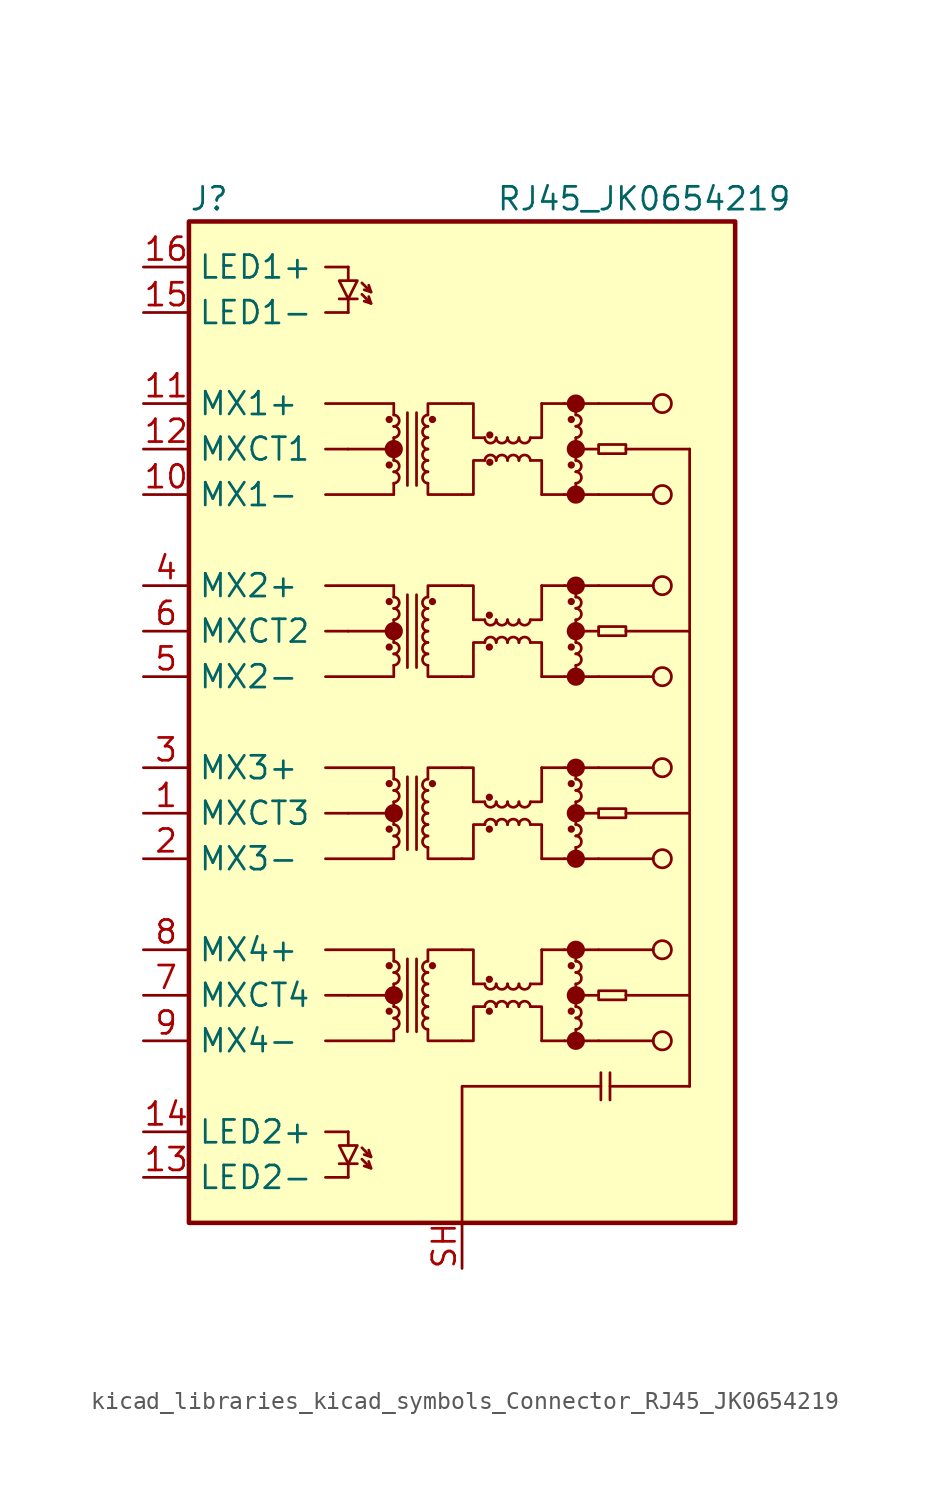
<source format=kicad_sym>
(kicad_symbol_lib
  (version 20220914)
  (generator kicad_symbol_editor)
  (symbol "kicad_libraries_kicad_symbols_Connector_RJ45_JK0654219"
    (property "Reference" "J"
      (at -15.24 29.21 0)
      (effects (font (size 1.27 1.27)) (justify left)))
    (property "Value" "RJ45_JK0654219"
      (at 10.16 29.21 0)
      (effects (font (size 1.27 1.27))))
    (symbol "kicad_libraries_kicad_symbols_Connector_RJ45_JK0654219_0_0"
      (circle (center -3.81 -15.24) (radius 0.0001) (stroke (width 0.508) (type default)) (fill (type none)))
      (circle (center -3.81 -5.08) (radius 0.0001) (stroke (width 0.508) (type default)) (fill (type none)))
      (circle (center -3.81 5.08) (radius 0.0001) (stroke (width 0.508) (type default)) (fill (type none)))
      (circle (center -3.81 15.24) (radius 0.0001) (stroke (width 0.508) (type default)) (fill (type none)))
      (circle (center 6.35 -17.78) (radius 0.0001) (stroke (width 0.508) (type default)) (fill (type none)))
      (circle (center 6.35 -15.24) (radius 0.0001) (stroke (width 0.508) (type default)) (fill (type none)))
      (circle (center 6.35 -12.7) (radius 0.0001) (stroke (width 0.508) (type default)) (fill (type none)))
      (circle (center 6.35 -7.62) (radius 0.0001) (stroke (width 0.508) (type default)) (fill (type none)))
      (circle (center 6.35 -5.08) (radius 0.0001) (stroke (width 0.508) (type default)) (fill (type none)))
      (circle (center 6.35 -2.54) (radius 0.0001) (stroke (width 0.508) (type default)) (fill (type none)))
      (circle (center 6.35 2.54) (radius 0.0001) (stroke (width 0.508) (type default)) (fill (type none)))
      (circle (center 6.35 5.08) (radius 0.0001) (stroke (width 0.508) (type default)) (fill (type none)))
      (circle (center 6.35 7.62) (radius 0.0001) (stroke (width 0.508) (type default)) (fill (type none)))
      (circle (center 6.35 12.7) (radius 0.0001) (stroke (width 0.508) (type default)) (fill (type none)))
      (circle (center 6.35 15.24) (radius 0.0001) (stroke (width 0.508) (type default)) (fill (type none)))
      (circle (center 6.35 17.78) (radius 0.0001) (stroke (width 0.508) (type default)) (fill (type none))))
    (symbol "kicad_libraries_kicad_symbols_Connector_RJ45_JK0654219_0_1"
      (rectangle (start -15.24 27.94) (end 15.24 -27.94) (stroke (width 0.254) (type default)) (fill (type background)))
      (circle (center -4.064 -16.129) (radius 0.127) (stroke (width 0) (type default)) (fill (type outline)))
      (circle (center -4.064 -13.589) (radius 0.127) (stroke (width 0) (type default)) (fill (type outline)))
      (circle (center -4.064 -5.969) (radius 0.127) (stroke (width 0) (type default)) (fill (type outline)))
      (circle (center -4.064 -3.429) (radius 0.127) (stroke (width 0) (type default)) (fill (type outline)))
      (circle (center -4.064 4.191) (radius 0.127) (stroke (width 0) (type default)) (fill (type outline)))
      (circle (center -4.064 6.731) (radius 0.127) (stroke (width 0) (type default)) (fill (type outline)))
      (circle (center -4.064 14.351) (radius 0.127) (stroke (width 0) (type default)) (fill (type outline)))
      (circle (center -4.064 16.891) (radius 0.127) (stroke (width 0) (type default)) (fill (type outline)))
      (arc (start -3.81 -17.145) (mid -3.5052 -16.8402) (end -3.81 -16.51) (stroke (width 0) (type default)) (fill (type none)))
      (arc (start -3.81 -16.51) (mid -3.5052 -16.2052) (end -3.81 -15.875) (stroke (width 0) (type default)) (fill (type none)))
      (arc (start -3.81 -14.605) (mid -3.5052 -14.3002) (end -3.81 -13.97) (stroke (width 0) (type default)) (fill (type none)))
      (arc (start -3.81 -13.97) (mid -3.5052 -13.6652) (end -3.81 -13.335) (stroke (width 0) (type default)) (fill (type none)))
      (arc (start -3.81 -6.985) (mid -3.5052 -6.6802) (end -3.81 -6.35) (stroke (width 0) (type default)) (fill (type none)))
      (arc (start -3.81 -6.35) (mid -3.5052 -6.0452) (end -3.81 -5.715) (stroke (width 0) (type default)) (fill (type none)))
      (arc (start -3.81 -4.445) (mid -3.5052 -4.1402) (end -3.81 -3.81) (stroke (width 0) (type default)) (fill (type none)))
      (arc (start -3.81 -3.81) (mid -3.5052 -3.5052) (end -3.81 -3.175) (stroke (width 0) (type default)) (fill (type none)))
      (arc (start -3.81 3.175) (mid -3.5052 3.4798) (end -3.81 3.81) (stroke (width 0) (type default)) (fill (type none)))
      (arc (start -3.81 3.81) (mid -3.5052 4.1148) (end -3.81 4.445) (stroke (width 0) (type default)) (fill (type none)))
      (arc (start -3.81 5.715) (mid -3.5052 6.0198) (end -3.81 6.35) (stroke (width 0) (type default)) (fill (type none)))
      (arc (start -3.81 6.35) (mid -3.5052 6.6548) (end -3.81 6.985) (stroke (width 0) (type default)) (fill (type none)))
      (arc (start -3.81 13.335) (mid -3.5052 13.6398) (end -3.81 13.97) (stroke (width 0) (type default)) (fill (type none)))
      (arc (start -3.81 13.97) (mid -3.5052 14.2748) (end -3.81 14.605) (stroke (width 0) (type default)) (fill (type none)))
      (arc (start -3.81 15.875) (mid -3.5052 16.1798) (end -3.81 16.51) (stroke (width 0) (type default)) (fill (type none)))
      (arc (start -3.81 16.51) (mid -3.5052 16.8148) (end -3.81 17.145) (stroke (width 0) (type default)) (fill (type none)))
      (arc (start -1.905 -16.51) (mid -2.2098 -16.8148) (end -1.905 -17.145) (stroke (width 0) (type default)) (fill (type none)))
      (arc (start -1.905 -15.875) (mid -2.2098 -16.1798) (end -1.905 -16.51) (stroke (width 0) (type default)) (fill (type none)))
      (arc (start -1.905 -15.24) (mid -2.2098 -15.5448) (end -1.905 -15.875) (stroke (width 0) (type default)) (fill (type none)))
      (arc (start -1.905 -14.605) (mid -2.2098 -14.9098) (end -1.905 -15.24) (stroke (width 0) (type default)) (fill (type none)))
      (arc (start -1.905 -13.97) (mid -2.2098 -14.2748) (end -1.905 -14.605) (stroke (width 0) (type default)) (fill (type none)))
      (arc (start -1.905 -13.335) (mid -2.2098 -13.6398) (end -1.905 -13.97) (stroke (width 0) (type default)) (fill (type none)))
      (arc (start -1.905 -6.35) (mid -2.2098 -6.6548) (end -1.905 -6.985) (stroke (width 0) (type default)) (fill (type none)))
      (arc (start -1.905 -5.715) (mid -2.2098 -6.0198) (end -1.905 -6.35) (stroke (width 0) (type default)) (fill (type none)))
      (arc (start -1.905 -5.08) (mid -2.2098 -5.3848) (end -1.905 -5.715) (stroke (width 0) (type default)) (fill (type none)))
      (arc (start -1.905 -4.445) (mid -2.2098 -4.7498) (end -1.905 -5.08) (stroke (width 0) (type default)) (fill (type none)))
      (arc (start -1.905 -3.81) (mid -2.2098 -4.1148) (end -1.905 -4.445) (stroke (width 0) (type default)) (fill (type none)))
      (arc (start -1.905 -3.175) (mid -2.2098 -3.4798) (end -1.905 -3.81) (stroke (width 0) (type default)) (fill (type none)))
      (arc (start -1.905 3.81) (mid -2.2098 3.5052) (end -1.905 3.175) (stroke (width 0) (type default)) (fill (type none)))
      (arc (start -1.905 4.445) (mid -2.2098 4.1402) (end -1.905 3.81) (stroke (width 0) (type default)) (fill (type none)))
      (arc (start -1.905 5.08) (mid -2.2098 4.7752) (end -1.905 4.445) (stroke (width 0) (type default)) (fill (type none)))
      (arc (start -1.905 5.715) (mid -2.2098 5.4102) (end -1.905 5.08) (stroke (width 0) (type default)) (fill (type none)))
      (arc (start -1.905 6.35) (mid -2.2098 6.0452) (end -1.905 5.715) (stroke (width 0) (type default)) (fill (type none)))
      (arc (start -1.905 6.985) (mid -2.2098 6.6802) (end -1.905 6.35) (stroke (width 0) (type default)) (fill (type none)))
      (arc (start -1.905 13.97) (mid -2.2098 13.6652) (end -1.905 13.335) (stroke (width 0) (type default)) (fill (type none)))
      (arc (start -1.905 14.605) (mid -2.2098 14.3002) (end -1.905 13.97) (stroke (width 0) (type default)) (fill (type none)))
      (arc (start -1.905 15.24) (mid -2.2098 14.9352) (end -1.905 14.605) (stroke (width 0) (type default)) (fill (type none)))
      (arc (start -1.905 15.875) (mid -2.2098 15.5702) (end -1.905 15.24) (stroke (width 0) (type default)) (fill (type none)))
      (arc (start -1.905 16.51) (mid -2.2098 16.2052) (end -1.905 15.875) (stroke (width 0) (type default)) (fill (type none)))
      (arc (start -1.905 17.145) (mid -2.2098 16.8402) (end -1.905 16.51) (stroke (width 0) (type default)) (fill (type none)))
      (circle (center -1.651 -13.589) (radius 0.127) (stroke (width 0) (type default)) (fill (type outline)))
      (circle (center -1.651 -3.429) (radius 0.127) (stroke (width 0) (type default)) (fill (type outline)))
      (circle (center -1.651 6.731) (radius 0.127) (stroke (width 0) (type default)) (fill (type outline)))
      (circle (center -1.651 16.891) (radius 0.127) (stroke (width 0) (type default)) (fill (type outline)))
      (polyline (pts (xy -7.62 -17.78) (xy -3.81 -17.78)) (stroke (width 0) (type default)) (fill (type none)))
      (polyline (pts (xy -7.62 -15.24) (xy -6.35 -15.24)) (stroke (width 0) (type default)) (fill (type none)))
      (polyline (pts (xy -7.62 -12.7) (xy -3.81 -12.7)) (stroke (width 0) (type default)) (fill (type none)))
      (polyline (pts (xy -7.62 -7.62) (xy -3.81 -7.62)) (stroke (width 0) (type default)) (fill (type none)))
      (polyline (pts (xy -7.62 -5.08) (xy -6.35 -5.08)) (stroke (width 0) (type default)) (fill (type none)))
      (polyline (pts (xy -7.62 -2.54) (xy -3.81 -2.54)) (stroke (width 0) (type default)) (fill (type none)))
      (polyline (pts (xy -7.62 2.54) (xy -3.81 2.54)) (stroke (width 0) (type default)) (fill (type none)))
      (polyline (pts (xy -7.62 5.08) (xy -6.35 5.08)) (stroke (width 0) (type default)) (fill (type none)))
      (polyline (pts (xy -7.62 7.62) (xy -3.81 7.62)) (stroke (width 0) (type default)) (fill (type none)))
      (polyline (pts (xy -7.62 12.7) (xy -3.81 12.7)) (stroke (width 0) (type default)) (fill (type none)))
      (polyline (pts (xy -7.62 15.24) (xy -6.35 15.24)) (stroke (width 0) (type default)) (fill (type none)))
      (polyline (pts (xy -7.62 17.78) (xy -3.81 17.78)) (stroke (width 0) (type default)) (fill (type none)))
      (polyline (pts (xy -6.35 -15.24) (xy -3.81 -15.24)) (stroke (width 0) (type default)) (fill (type none)))
      (polyline (pts (xy -6.35 -5.08) (xy -3.81 -5.08)) (stroke (width 0) (type default)) (fill (type none)))
      (polyline (pts (xy -6.35 5.08) (xy -3.81 5.08)) (stroke (width 0) (type default)) (fill (type none)))
      (polyline (pts (xy -6.35 15.24) (xy -3.81 15.24)) (stroke (width 0) (type default)) (fill (type none)))
      (polyline (pts (xy -3.81 -17.78) (xy -3.81 -17.145)) (stroke (width 0) (type default)) (fill (type none)))
      (polyline (pts (xy -3.81 -15.24) (xy -3.81 -15.875)) (stroke (width 0) (type default)) (fill (type none)))
      (polyline (pts (xy -3.81 -15.24) (xy -3.81 -14.605)) (stroke (width 0) (type default)) (fill (type none)))
      (polyline (pts (xy -3.81 -12.7) (xy -3.81 -13.335)) (stroke (width 0) (type default)) (fill (type none)))
      (polyline (pts (xy -3.81 -7.62) (xy -3.81 -6.985)) (stroke (width 0) (type default)) (fill (type none)))
      (polyline (pts (xy -3.81 -5.08) (xy -3.81 -5.715)) (stroke (width 0) (type default)) (fill (type none)))
      (polyline (pts (xy -3.81 -5.08) (xy -3.81 -4.445)) (stroke (width 0) (type default)) (fill (type none)))
      (polyline (pts (xy -3.81 -2.54) (xy -3.81 -3.175)) (stroke (width 0) (type default)) (fill (type none)))
      (polyline (pts (xy -3.81 2.54) (xy -3.81 3.175)) (stroke (width 0) (type default)) (fill (type none)))
      (polyline (pts (xy -3.81 5.08) (xy -3.81 4.445)) (stroke (width 0) (type default)) (fill (type none)))
      (polyline (pts (xy -3.81 5.08) (xy -3.81 5.715)) (stroke (width 0) (type default)) (fill (type none)))
      (polyline (pts (xy -3.81 7.62) (xy -3.81 6.985)) (stroke (width 0) (type default)) (fill (type none)))
      (polyline (pts (xy -3.81 12.7) (xy -3.81 13.335)) (stroke (width 0) (type default)) (fill (type none)))
      (polyline (pts (xy -3.81 15.24) (xy -3.81 14.605)) (stroke (width 0) (type default)) (fill (type none)))
      (polyline (pts (xy -3.81 15.24) (xy -3.81 15.875)) (stroke (width 0) (type default)) (fill (type none)))
      (polyline (pts (xy -3.81 17.78) (xy -3.81 17.145)) (stroke (width 0) (type default)) (fill (type none)))
      (polyline (pts (xy -3.048 -17.272) (xy -3.048 -13.208)) (stroke (width 0) (type default)) (fill (type none)))
      (polyline (pts (xy -3.048 -7.112) (xy -3.048 -3.048)) (stroke (width 0) (type default)) (fill (type none)))
      (polyline (pts (xy -3.048 3.048) (xy -3.048 7.112)) (stroke (width 0) (type default)) (fill (type none)))
      (polyline (pts (xy -3.048 13.208) (xy -3.048 17.272)) (stroke (width 0) (type default)) (fill (type none)))
      (polyline (pts (xy -2.54 -17.272) (xy -2.54 -13.208)) (stroke (width 0) (type default)) (fill (type none)))
      (polyline (pts (xy -2.54 -7.112) (xy -2.54 -3.048)) (stroke (width 0) (type default)) (fill (type none)))
      (polyline (pts (xy -2.54 3.048) (xy -2.54 7.112)) (stroke (width 0) (type default)) (fill (type none)))
      (polyline (pts (xy -2.54 13.208) (xy -2.54 17.272)) (stroke (width 0) (type default)) (fill (type none)))
      (polyline (pts (xy 0.635 -14.605) (xy 1.27 -14.605)) (stroke (width 0) (type default)) (fill (type none)))
      (polyline (pts (xy 0.635 -4.445) (xy 1.27 -4.445)) (stroke (width 0) (type default)) (fill (type none)))
      (polyline (pts (xy 0.635 5.715) (xy 1.27 5.715)) (stroke (width 0) (type default)) (fill (type none)))
      (polyline (pts (xy 0.635 15.875) (xy 1.27 15.875)) (stroke (width 0) (type default)) (fill (type none)))
      (polyline (pts (xy 4.445 -17.78) (xy 5.715 -17.78)) (stroke (width 0) (type default)) (fill (type none)))
      (polyline (pts (xy 4.445 -12.7) (xy 5.715 -12.7)) (stroke (width 0) (type default)) (fill (type none)))
      (polyline (pts (xy 4.445 -7.62) (xy 5.715 -7.62)) (stroke (width 0) (type default)) (fill (type none)))
      (polyline (pts (xy 4.445 -2.54) (xy 5.715 -2.54)) (stroke (width 0) (type default)) (fill (type none)))
      (polyline (pts (xy 4.445 2.54) (xy 5.715 2.54)) (stroke (width 0) (type default)) (fill (type none)))
      (polyline (pts (xy 4.445 7.62) (xy 5.715 7.62)) (stroke (width 0) (type default)) (fill (type none)))
      (polyline (pts (xy 4.445 12.7) (xy 5.715 12.7)) (stroke (width 0) (type default)) (fill (type none)))
      (polyline (pts (xy 4.445 17.78) (xy 5.715 17.78)) (stroke (width 0) (type default)) (fill (type none)))
      (polyline (pts (xy 6.35 -15.24) (xy 6.35 -15.875)) (stroke (width 0) (type default)) (fill (type none)))
      (polyline (pts (xy 6.35 -15.24) (xy 6.35 -14.605)) (stroke (width 0) (type default)) (fill (type none)))
      (polyline (pts (xy 6.35 -5.08) (xy 6.35 -5.715)) (stroke (width 0) (type default)) (fill (type none)))
      (polyline (pts (xy 6.35 -5.08) (xy 6.35 -4.445)) (stroke (width 0) (type default)) (fill (type none)))
      (polyline (pts (xy 6.35 5.08) (xy 6.35 4.445)) (stroke (width 0) (type default)) (fill (type none)))
      (polyline (pts (xy 6.35 5.08) (xy 6.35 5.715)) (stroke (width 0) (type default)) (fill (type none)))
      (polyline (pts (xy 6.35 15.24) (xy 6.35 14.605)) (stroke (width 0) (type default)) (fill (type none)))
      (polyline (pts (xy 6.35 15.24) (xy 6.35 15.875)) (stroke (width 0) (type default)) (fill (type none)))
      (polyline (pts (xy 7.62 -17.78) (xy 6.35 -17.78)) (stroke (width 0) (type default)) (fill (type none)))
      (polyline (pts (xy 7.62 -17.78) (xy 10.668 -17.78)) (stroke (width 0) (type default)) (fill (type none)))
      (polyline (pts (xy 7.62 -15.24) (xy 6.35 -15.24)) (stroke (width 0) (type default)) (fill (type none)))
      (polyline (pts (xy 7.62 -12.7) (xy 6.35 -12.7)) (stroke (width 0) (type default)) (fill (type none)))
      (polyline (pts (xy 7.62 -12.7) (xy 10.668 -12.7)) (stroke (width 0) (type default)) (fill (type none)))
      (polyline (pts (xy 7.62 -7.62) (xy 6.35 -7.62)) (stroke (width 0) (type default)) (fill (type none)))
      (polyline (pts (xy 7.62 -7.62) (xy 10.668 -7.62)) (stroke (width 0) (type default)) (fill (type none)))
      (polyline (pts (xy 7.62 -5.08) (xy 6.35 -5.08)) (stroke (width 0) (type default)) (fill (type none)))
      (polyline (pts (xy 7.62 -2.54) (xy 6.35 -2.54)) (stroke (width 0) (type default)) (fill (type none)))
      (polyline (pts (xy 7.62 -2.54) (xy 10.668 -2.54)) (stroke (width 0) (type default)) (fill (type none)))
      (polyline (pts (xy 7.62 2.54) (xy 6.35 2.54)) (stroke (width 0) (type default)) (fill (type none)))
      (polyline (pts (xy 7.62 2.54) (xy 10.668 2.54)) (stroke (width 0) (type default)) (fill (type none)))
      (polyline (pts (xy 7.62 5.08) (xy 6.35 5.08)) (stroke (width 0) (type default)) (fill (type none)))
      (polyline (pts (xy 7.62 7.62) (xy 6.35 7.62)) (stroke (width 0) (type default)) (fill (type none)))
      (polyline (pts (xy 7.62 7.62) (xy 10.668 7.62)) (stroke (width 0) (type default)) (fill (type none)))
      (polyline (pts (xy 7.62 12.7) (xy 6.35 12.7)) (stroke (width 0) (type default)) (fill (type none)))
      (polyline (pts (xy 7.62 12.7) (xy 10.668 12.7)) (stroke (width 0) (type default)) (fill (type none)))
      (polyline (pts (xy 7.62 15.24) (xy 6.35 15.24)) (stroke (width 0) (type default)) (fill (type none)))
      (polyline (pts (xy 7.62 17.78) (xy 6.35 17.78)) (stroke (width 0) (type default)) (fill (type none)))
      (polyline (pts (xy 7.62 17.78) (xy 10.668 17.78)) (stroke (width 0) (type default)) (fill (type none)))
      (polyline (pts (xy 7.747 -19.558) (xy 7.747 -21.082)) (stroke (width 0.152) (type default)) (fill (type none)))
      (polyline (pts (xy 8.255 -20.32) (xy 12.7 -20.32)) (stroke (width 0) (type default)) (fill (type none)))
      (polyline (pts (xy 8.255 -19.558) (xy 8.255 -21.082)) (stroke (width 0.152) (type default)) (fill (type none)))
      (polyline (pts (xy 9.144 -15.24) (xy 12.7 -15.24)) (stroke (width 0) (type default)) (fill (type none)))
      (polyline (pts (xy 9.144 -5.08) (xy 12.7 -5.08)) (stroke (width 0) (type default)) (fill (type none)))
      (polyline (pts (xy 9.144 5.08) (xy 12.7 5.08)) (stroke (width 0) (type default)) (fill (type none)))
      (polyline (pts (xy 12.7 -20.32) (xy 12.7 15.24)) (stroke (width 0) (type default)) (fill (type none)))
      (polyline (pts (xy 12.7 15.24) (xy 9.144 15.24)) (stroke (width 0) (type default)) (fill (type none)))
      (polyline (pts (xy -1.905 -17.145) (xy -1.905 -17.78) (xy 0 -17.78)) (stroke (width 0) (type default)) (fill (type none)))
      (polyline (pts (xy -1.905 -13.335) (xy -1.905 -12.7) (xy 0 -12.7)) (stroke (width 0) (type default)) (fill (type none)))
      (polyline (pts (xy -1.905 -6.985) (xy -1.905 -7.62) (xy 0 -7.62)) (stroke (width 0) (type default)) (fill (type none)))
      (polyline (pts (xy -1.905 -3.175) (xy -1.905 -2.54) (xy 0 -2.54)) (stroke (width 0) (type default)) (fill (type none)))
      (polyline (pts (xy -1.905 3.175) (xy -1.905 2.54) (xy 0 2.54)) (stroke (width 0) (type default)) (fill (type none)))
      (polyline (pts (xy -1.905 6.985) (xy -1.905 7.62) (xy 0 7.62)) (stroke (width 0) (type default)) (fill (type none)))
      (polyline (pts (xy -1.905 13.335) (xy -1.905 12.7) (xy 0 12.7)) (stroke (width 0) (type default)) (fill (type none)))
      (polyline (pts (xy -1.905 17.145) (xy -1.905 17.78) (xy 0 17.78)) (stroke (width 0) (type default)) (fill (type none)))
      (polyline (pts (xy 0 -12.7) (xy 0.635 -12.7) (xy 0.635 -14.605)) (stroke (width 0) (type default)) (fill (type none)))
      (polyline (pts (xy 0 -2.54) (xy 0.635 -2.54) (xy 0.635 -4.445)) (stroke (width 0) (type default)) (fill (type none)))
      (polyline (pts (xy 0 7.62) (xy 0.635 7.62) (xy 0.635 5.715)) (stroke (width 0) (type default)) (fill (type none)))
      (polyline (pts (xy 0 17.78) (xy 0.635 17.78) (xy 0.635 15.875)) (stroke (width 0) (type default)) (fill (type none)))
      (polyline (pts (xy 3.81 -15.875) (xy 4.445 -15.875) (xy 4.445 -17.78)) (stroke (width 0) (type default)) (fill (type none)))
      (polyline (pts (xy 3.81 -14.605) (xy 4.445 -14.605) (xy 4.445 -12.7)) (stroke (width 0) (type default)) (fill (type none)))
      (polyline (pts (xy 3.81 -5.715) (xy 4.445 -5.715) (xy 4.445 -7.62)) (stroke (width 0) (type default)) (fill (type none)))
      (polyline (pts (xy 3.81 -4.445) (xy 4.445 -4.445) (xy 4.445 -2.54)) (stroke (width 0) (type default)) (fill (type none)))
      (polyline (pts (xy 3.81 4.445) (xy 4.445 4.445) (xy 4.445 2.54)) (stroke (width 0) (type default)) (fill (type none)))
      (polyline (pts (xy 3.81 5.715) (xy 4.445 5.715) (xy 4.445 7.62)) (stroke (width 0) (type default)) (fill (type none)))
      (polyline (pts (xy 3.81 14.605) (xy 4.445 14.605) (xy 4.445 12.7)) (stroke (width 0) (type default)) (fill (type none)))
      (polyline (pts (xy 3.81 15.875) (xy 4.445 15.875) (xy 4.445 17.78)) (stroke (width 0) (type default)) (fill (type none)))
      (polyline (pts (xy 5.715 -17.78) (xy 6.35 -17.78) (xy 6.35 -17.145)) (stroke (width 0) (type default)) (fill (type none)))
      (polyline (pts (xy 5.715 -12.7) (xy 6.35 -12.7) (xy 6.35 -13.335)) (stroke (width 0) (type default)) (fill (type none)))
      (polyline (pts (xy 5.715 -7.62) (xy 6.35 -7.62) (xy 6.35 -6.985)) (stroke (width 0) (type default)) (fill (type none)))
      (polyline (pts (xy 5.715 -2.54) (xy 6.35 -2.54) (xy 6.35 -3.175)) (stroke (width 0) (type default)) (fill (type none)))
      (polyline (pts (xy 5.715 2.54) (xy 6.35 2.54) (xy 6.35 3.175)) (stroke (width 0) (type default)) (fill (type none)))
      (polyline (pts (xy 5.715 7.62) (xy 6.35 7.62) (xy 6.35 6.985)) (stroke (width 0) (type default)) (fill (type none)))
      (polyline (pts (xy 5.715 12.7) (xy 6.35 12.7) (xy 6.35 13.335)) (stroke (width 0) (type default)) (fill (type none)))
      (polyline (pts (xy 5.715 17.78) (xy 6.35 17.78) (xy 6.35 17.145)) (stroke (width 0) (type default)) (fill (type none)))
      (polyline (pts (xy 7.747 -20.32) (xy 0 -20.32) (xy 0 -27.94)) (stroke (width 0) (type default)) (fill (type none)))
      (polyline (pts (xy 0 -17.78) (xy 0.635 -17.78) (xy 0.635 -15.875) (xy 1.27 -15.875)) (stroke (width 0) (type default)) (fill (type none)))
      (polyline (pts (xy 0 -7.62) (xy 0.635 -7.62) (xy 0.635 -5.715) (xy 1.27 -5.715)) (stroke (width 0) (type default)) (fill (type none)))
      (polyline (pts (xy 0 2.54) (xy 0.635 2.54) (xy 0.635 4.445) (xy 1.27 4.445)) (stroke (width 0) (type default)) (fill (type none)))
      (polyline (pts (xy 0 12.7) (xy 0.635 12.7) (xy 0.635 14.605) (xy 1.27 14.605)) (stroke (width 0) (type default)) (fill (type none)))
      (arc (start 1.27 -14.605) (mid 1.5748 -14.9098) (end 1.905 -14.605) (stroke (width 0) (type default)) (fill (type none)))
      (arc (start 1.27 -4.445) (mid 1.5748 -4.7498) (end 1.905 -4.445) (stroke (width 0) (type default)) (fill (type none)))
      (arc (start 1.27 5.715) (mid 1.5748 5.4102) (end 1.905 5.715) (stroke (width 0) (type default)) (fill (type none)))
      (arc (start 1.27 15.875) (mid 1.5748 15.5702) (end 1.905 15.875) (stroke (width 0) (type default)) (fill (type none)))
      (circle (center 1.524 -16.129) (radius 0.127) (stroke (width 0) (type default)) (fill (type outline)))
      (circle (center 1.524 -14.351) (radius 0.127) (stroke (width 0) (type default)) (fill (type outline)))
      (circle (center 1.524 -5.969) (radius 0.127) (stroke (width 0) (type default)) (fill (type outline)))
      (circle (center 1.524 -4.191) (radius 0.127) (stroke (width 0) (type default)) (fill (type outline)))
      (circle (center 1.524 4.191) (radius 0.127) (stroke (width 0) (type default)) (fill (type outline)))
      (circle (center 1.524 5.969) (radius 0.127) (stroke (width 0) (type default)) (fill (type outline)))
      (circle (center 1.549 14.503) (radius 0.127) (stroke (width 0) (type default)) (fill (type outline)))
      (circle (center 1.549 16.027) (radius 0.127) (stroke (width 0) (type default)) (fill (type outline)))
      (arc (start 1.905 -15.875) (mid 1.6002 -15.5702) (end 1.27 -15.875) (stroke (width 0) (type default)) (fill (type none)))
      (arc (start 1.905 -14.605) (mid 2.2098 -14.9098) (end 2.54 -14.605) (stroke (width 0) (type default)) (fill (type none)))
      (arc (start 1.905 -5.715) (mid 1.6002 -5.4102) (end 1.27 -5.715) (stroke (width 0) (type default)) (fill (type none)))
      (arc (start 1.905 -4.445) (mid 2.2098 -4.7498) (end 2.54 -4.445) (stroke (width 0) (type default)) (fill (type none)))
      (arc (start 1.905 4.445) (mid 1.6002 4.7498) (end 1.27 4.445) (stroke (width 0) (type default)) (fill (type none)))
      (arc (start 1.905 5.715) (mid 2.2098 5.4102) (end 2.54 5.715) (stroke (width 0) (type default)) (fill (type none)))
      (arc (start 1.905 14.605) (mid 1.6002 14.9098) (end 1.27 14.605) (stroke (width 0) (type default)) (fill (type none)))
      (arc (start 1.905 15.875) (mid 2.2098 15.5702) (end 2.54 15.875) (stroke (width 0) (type default)) (fill (type none)))
      (arc (start 2.54 -15.875) (mid 2.2352 -15.5702) (end 1.905 -15.875) (stroke (width 0) (type default)) (fill (type none)))
      (arc (start 2.54 -14.605) (mid 2.8448 -14.9098) (end 3.175 -14.605) (stroke (width 0) (type default)) (fill (type none)))
      (arc (start 2.54 -5.715) (mid 2.2352 -5.4102) (end 1.905 -5.715) (stroke (width 0) (type default)) (fill (type none)))
      (arc (start 2.54 -4.445) (mid 2.8448 -4.7498) (end 3.175 -4.445) (stroke (width 0) (type default)) (fill (type none)))
      (arc (start 2.54 4.445) (mid 2.2352 4.7498) (end 1.905 4.445) (stroke (width 0) (type default)) (fill (type none)))
      (arc (start 2.54 5.715) (mid 2.8448 5.4102) (end 3.175 5.715) (stroke (width 0) (type default)) (fill (type none)))
      (arc (start 2.54 14.605) (mid 2.2352 14.9098) (end 1.905 14.605) (stroke (width 0) (type default)) (fill (type none)))
      (arc (start 2.54 15.875) (mid 2.8448 15.5702) (end 3.175 15.875) (stroke (width 0) (type default)) (fill (type none)))
      (arc (start 3.175 -15.875) (mid 2.8702 -15.5702) (end 2.54 -15.875) (stroke (width 0) (type default)) (fill (type none)))
      (arc (start 3.175 -14.605) (mid 3.4798 -14.9098) (end 3.81 -14.605) (stroke (width 0) (type default)) (fill (type none)))
      (arc (start 3.175 -5.715) (mid 2.8702 -5.4102) (end 2.54 -5.715) (stroke (width 0) (type default)) (fill (type none)))
      (arc (start 3.175 -4.445) (mid 3.4798 -4.7498) (end 3.81 -4.445) (stroke (width 0) (type default)) (fill (type none)))
      (arc (start 3.175 4.445) (mid 2.8702 4.7498) (end 2.54 4.445) (stroke (width 0) (type default)) (fill (type none)))
      (arc (start 3.175 5.715) (mid 3.4798 5.4102) (end 3.81 5.715) (stroke (width 0) (type default)) (fill (type none)))
      (arc (start 3.175 14.605) (mid 2.8702 14.9098) (end 2.54 14.605) (stroke (width 0) (type default)) (fill (type none)))
      (arc (start 3.175 15.875) (mid 3.4798 15.5702) (end 3.81 15.875) (stroke (width 0) (type default)) (fill (type none)))
      (arc (start 3.81 -15.875) (mid 3.5052 -15.5702) (end 3.175 -15.875) (stroke (width 0) (type default)) (fill (type none)))
      (arc (start 3.81 -5.715) (mid 3.5052 -5.4102) (end 3.175 -5.715) (stroke (width 0) (type default)) (fill (type none)))
      (arc (start 3.81 4.445) (mid 3.5052 4.7498) (end 3.175 4.445) (stroke (width 0) (type default)) (fill (type none)))
      (arc (start 3.81 14.605) (mid 3.5052 14.9098) (end 3.175 14.605) (stroke (width 0) (type default)) (fill (type none)))
      (circle (center 6.096 -16.129) (radius 0.127) (stroke (width 0) (type default)) (fill (type outline)))
      (circle (center 6.096 -13.589) (radius 0.127) (stroke (width 0) (type default)) (fill (type outline)))
      (circle (center 6.096 -5.969) (radius 0.127) (stroke (width 0) (type default)) (fill (type outline)))
      (circle (center 6.096 -3.429) (radius 0.127) (stroke (width 0) (type default)) (fill (type outline)))
      (circle (center 6.096 4.191) (radius 0.127) (stroke (width 0) (type default)) (fill (type outline)))
      (circle (center 6.096 6.731) (radius 0.127) (stroke (width 0) (type default)) (fill (type outline)))
      (circle (center 6.096 14.351) (radius 0.127) (stroke (width 0) (type default)) (fill (type outline)))
      (circle (center 6.096 16.891) (radius 0.127) (stroke (width 0) (type default)) (fill (type outline)))
      (arc (start 6.35 -17.145) (mid 6.6548 -16.8275) (end 6.35 -16.51) (stroke (width 0) (type default)) (fill (type none)))
      (arc (start 6.35 -16.51) (mid 6.6548 -16.1925) (end 6.35 -15.875) (stroke (width 0) (type default)) (fill (type none)))
      (arc (start 6.35 -14.605) (mid 6.6548 -14.2875) (end 6.35 -13.97) (stroke (width 0) (type default)) (fill (type none)))
      (arc (start 6.35 -13.97) (mid 6.6548 -13.6525) (end 6.35 -13.335) (stroke (width 0) (type default)) (fill (type none)))
      (arc (start 6.35 -6.985) (mid 6.6548 -6.6675) (end 6.35 -6.35) (stroke (width 0) (type default)) (fill (type none)))
      (arc (start 6.35 -6.35) (mid 6.6548 -6.0325) (end 6.35 -5.715) (stroke (width 0) (type default)) (fill (type none)))
      (arc (start 6.35 -4.445) (mid 6.6548 -4.1275) (end 6.35 -3.81) (stroke (width 0) (type default)) (fill (type none)))
      (arc (start 6.35 -3.81) (mid 6.6548 -3.4925) (end 6.35 -3.175) (stroke (width 0) (type default)) (fill (type none)))
      (arc (start 6.35 3.175) (mid 6.6548 3.4925) (end 6.35 3.81) (stroke (width 0) (type default)) (fill (type none)))
      (arc (start 6.35 3.81) (mid 6.6548 4.1275) (end 6.35 4.445) (stroke (width 0) (type default)) (fill (type none)))
      (arc (start 6.35 5.715) (mid 6.6548 6.0325) (end 6.35 6.35) (stroke (width 0) (type default)) (fill (type none)))
      (arc (start 6.35 6.35) (mid 6.6548 6.6675) (end 6.35 6.985) (stroke (width 0) (type default)) (fill (type none)))
      (arc (start 6.35 13.335) (mid 6.6548 13.6525) (end 6.35 13.97) (stroke (width 0) (type default)) (fill (type none)))
      (arc (start 6.35 13.97) (mid 6.6548 14.2875) (end 6.35 14.605) (stroke (width 0) (type default)) (fill (type none)))
      (arc (start 6.35 15.875) (mid 6.6548 16.1925) (end 6.35 16.51) (stroke (width 0) (type default)) (fill (type none)))
      (arc (start 6.35 16.51) (mid 6.6548 16.8275) (end 6.35 17.145) (stroke (width 0) (type default)) (fill (type none)))
      (rectangle (start 7.62 -14.986) (end 9.144 -15.494) (stroke (width 0) (type default)) (fill (type none)))
      (rectangle (start 7.62 -4.826) (end 9.144 -5.334) (stroke (width 0) (type default)) (fill (type none)))
      (rectangle (start 7.62 5.334) (end 9.144 4.826) (stroke (width 0) (type default)) (fill (type none)))
      (rectangle (start 7.62 15.494) (end 9.144 14.986) (stroke (width 0) (type default)) (fill (type none)))
      (circle (center 11.176 -17.78) (radius 0.508) (stroke (width 0) (type default)) (fill (type none)))
      (circle (center 11.176 -12.7) (radius 0.508) (stroke (width 0) (type default)) (fill (type none)))
      (circle (center 11.176 -7.62) (radius 0.508) (stroke (width 0) (type default)) (fill (type none)))
      (circle (center 11.176 -2.54) (radius 0.508) (stroke (width 0) (type default)) (fill (type none)))
      (circle (center 11.176 2.54) (radius 0.508) (stroke (width 0) (type default)) (fill (type none)))
      (circle (center 11.176 7.62) (radius 0.508) (stroke (width 0) (type default)) (fill (type none)))
      (circle (center 11.176 12.7) (radius 0.508) (stroke (width 0) (type default)) (fill (type none)))
      (circle (center 11.176 17.78) (radius 0.508) (stroke (width 0) (type default)) (fill (type none))))
    (symbol "kicad_libraries_kicad_symbols_Connector_RJ45_JK0654219_1_1"
      (polyline (pts (xy -7.62 -25.4) (xy -6.35 -25.4)) (stroke (width 0) (type default)) (fill (type none)))
      (polyline (pts (xy -7.62 -22.86) (xy -6.35 -22.86)) (stroke (width 0) (type default)) (fill (type none)))
      (polyline (pts (xy -7.62 22.86) (xy -6.35 22.86)) (stroke (width 0) (type default)) (fill (type none)))
      (polyline (pts (xy -7.62 25.4) (xy -6.35 25.4)) (stroke (width 0) (type default)) (fill (type none)))
      (polyline (pts (xy -6.858 -24.638) (xy -5.842 -24.638)) (stroke (width 0) (type default)) (fill (type none)))
      (polyline (pts (xy -6.858 23.622) (xy -5.842 23.622)) (stroke (width 0) (type default)) (fill (type none)))
      (polyline (pts (xy -6.35 -25.4) (xy -6.35 -24.638)) (stroke (width 0) (type default)) (fill (type none)))
      (polyline (pts (xy -6.35 -22.86) (xy -6.35 -23.622)) (stroke (width 0) (type default)) (fill (type none)))
      (polyline (pts (xy -6.35 22.86) (xy -6.35 23.622)) (stroke (width 0) (type default)) (fill (type none)))
      (polyline (pts (xy -6.35 25.4) (xy -6.35 24.638)) (stroke (width 0) (type default)) (fill (type none)))
      (polyline (pts (xy -5.08 -24.892) (xy -5.207 -24.511)) (stroke (width 0) (type default)) (fill (type none)))
      (polyline (pts (xy -5.08 -24.257) (xy -5.207 -23.876)) (stroke (width 0) (type default)) (fill (type none)))
      (polyline (pts (xy -5.08 23.368) (xy -5.207 23.749)) (stroke (width 0) (type default)) (fill (type none)))
      (polyline (pts (xy -5.08 24.003) (xy -5.207 24.384)) (stroke (width 0) (type default)) (fill (type none)))
      (polyline (pts (xy -5.588 -24.384) (xy -5.08 -24.892) (xy -5.461 -24.765)) (stroke (width 0) (type default)) (fill (type none)))
      (polyline (pts (xy -5.588 -23.749) (xy -5.08 -24.257) (xy -5.461 -24.13)) (stroke (width 0) (type default)) (fill (type none)))
      (polyline (pts (xy -5.588 23.876) (xy -5.08 23.368) (xy -5.461 23.495)) (stroke (width 0) (type default)) (fill (type none)))
      (polyline (pts (xy -5.588 24.511) (xy -5.08 24.003) (xy -5.461 24.13)) (stroke (width 0) (type default)) (fill (type none)))
      (polyline (pts (xy -6.35 -24.638) (xy -6.858 -23.622) (xy -5.842 -23.622) (xy -6.35 -24.638)) (stroke (width 0) (type default)) (fill (type none)))
      (polyline (pts (xy -6.35 23.622) (xy -6.858 24.638) (xy -5.842 24.638) (xy -6.35 23.622)) (stroke (width 0) (type default)) (fill (type none)))
      (pin passive line (at -17.78 -5.08 0) (length 2.54) (name "MXCT3" (effects (font (size 1.27 1.27)))) (number "1" (effects (font (size 1.27 1.27)))))
      (pin passive line (at -17.78 12.7 0) (length 2.54) (name "MX1-" (effects (font (size 1.27 1.27)))) (number "10" (effects (font (size 1.27 1.27)))))
      (pin passive line (at -17.78 17.78 0) (length 2.54) (name "MX1+" (effects (font (size 1.27 1.27)))) (number "11" (effects (font (size 1.27 1.27)))))
      (pin passive line (at -17.78 15.24 0) (length 2.54) (name "MXCT1" (effects (font (size 1.27 1.27)))) (number "12" (effects (font (size 1.27 1.27)))))
      (pin passive line (at -17.78 -25.4 0) (length 2.54) (name "LED2-" (effects (font (size 1.27 1.27)))) (number "13" (effects (font (size 1.27 1.27)))))
      (pin passive line (at -17.78 -22.86 0) (length 2.54) (name "LED2+" (effects (font (size 1.27 1.27)))) (number "14" (effects (font (size 1.27 1.27)))))
      (pin passive line (at -17.78 22.86 0) (length 2.54) (name "LED1-" (effects (font (size 1.27 1.27)))) (number "15" (effects (font (size 1.27 1.27)))))
      (pin passive line (at -17.78 25.4 0) (length 2.54) (name "LED1+" (effects (font (size 1.27 1.27)))) (number "16" (effects (font (size 1.27 1.27)))))
      (pin passive line (at -17.78 -7.62 0) (length 2.54) (name "MX3-" (effects (font (size 1.27 1.27)))) (number "2" (effects (font (size 1.27 1.27)))))
      (pin passive line (at -17.78 -2.54 0) (length 2.54) (name "MX3+" (effects (font (size 1.27 1.27)))) (number "3" (effects (font (size 1.27 1.27)))))
      (pin passive line (at -17.78 7.62 0) (length 2.54) (name "MX2+" (effects (font (size 1.27 1.27)))) (number "4" (effects (font (size 1.27 1.27)))))
      (pin passive line (at -17.78 2.54 0) (length 2.54) (name "MX2-" (effects (font (size 1.27 1.27)))) (number "5" (effects (font (size 1.27 1.27)))))
      (pin passive line (at -17.78 5.08 0) (length 2.54) (name "MXCT2" (effects (font (size 1.27 1.27)))) (number "6" (effects (font (size 1.27 1.27)))))
      (pin passive line (at -17.78 -15.24 0) (length 2.54) (name "MXCT4" (effects (font (size 1.27 1.27)))) (number "7" (effects (font (size 1.27 1.27)))))
      (pin passive line (at -17.78 -12.7 0) (length 2.54) (name "MX4+" (effects (font (size 1.27 1.27)))) (number "8" (effects (font (size 1.27 1.27)))))
      (pin passive line (at -17.78 -17.78 0) (length 2.54) (name "MX4-" (effects (font (size 1.27 1.27)))) (number "9" (effects (font (size 1.27 1.27)))))
      (pin passive line (at 0 -30.48 90) (length 2.54) (name "~" (effects (font (size 1.27 1.27)))) (number "SH" (effects (font (size 1.27 1.27))))))))
</source>
